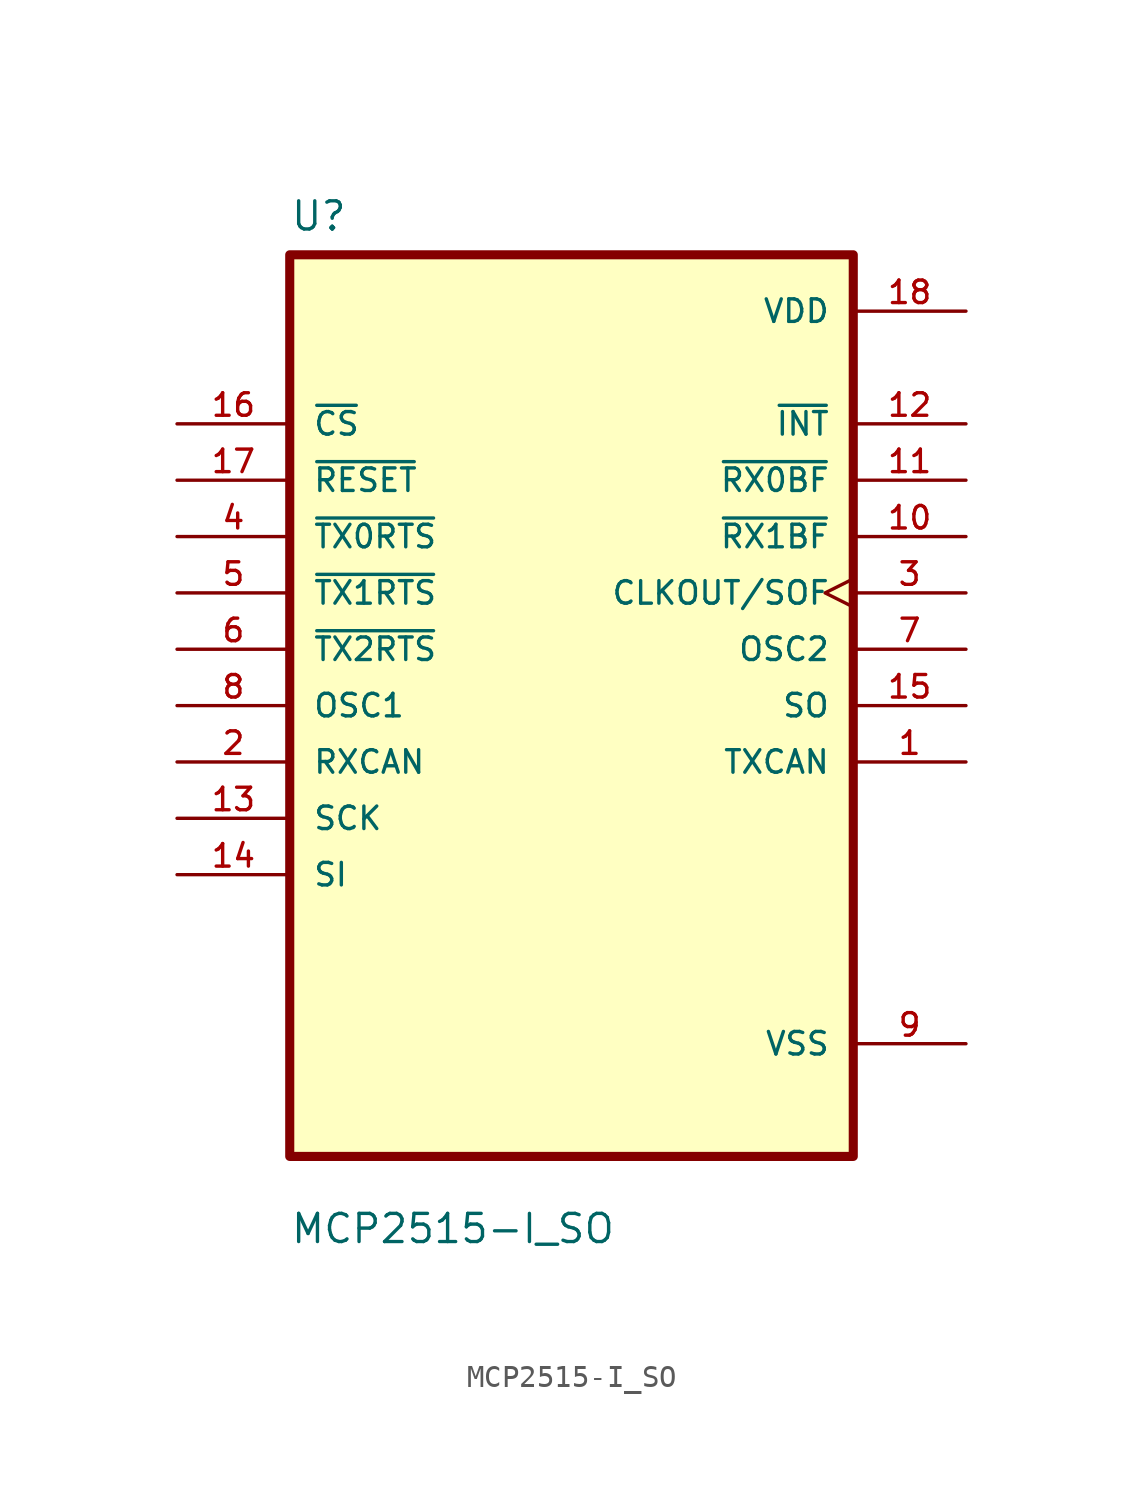
<source format=kicad_sym>
(kicad_symbol_lib
  (version 20211014)
  (generator kicad_symbol_editor)
  (symbol "MCP2515-I_SO"
    (pin_names
      (offset 1.016))
    (property "Reference" "U"
      (at -12.7 21.32 0.0)
      (effects (font (size 1.27 1.27)) (justify bottom left)))
    (property "Value" "MCP2515-I_SO"
      (at -12.7 -24.32 0.0)
      (effects (font (size 1.27 1.27)) (justify bottom left)))
    (symbol "MCP2515-I_SO_0_0"
      (rectangle (start -12.7 -20.32) (end 12.7 20.32) (stroke (width 0.41)) (fill (type background)))
      (pin input line (at -17.78 12.7 0) (length 5.08) (name "~{CS}" (effects (font (size 1.016 1.016)))) (number "16" (effects (font (size 1.016 1.016)))))
      (pin input line (at -17.78 10.16 0) (length 5.08) (name "~{RESET}" (effects (font (size 1.016 1.016)))) (number "17" (effects (font (size 1.016 1.016)))))
      (pin input line (at -17.78 7.62 0) (length 5.08) (name "~{TX0RTS}" (effects (font (size 1.016 1.016)))) (number "4" (effects (font (size 1.016 1.016)))))
      (pin input line (at -17.78 5.08 0) (length 5.08) (name "~{TX1RTS}" (effects (font (size 1.016 1.016)))) (number "5" (effects (font (size 1.016 1.016)))))
      (pin input line (at -17.78 2.54 0) (length 5.08) (name "~{TX2RTS}" (effects (font (size 1.016 1.016)))) (number "6" (effects (font (size 1.016 1.016)))))
      (pin input line (at -17.78 0.0 0) (length 5.08) (name "OSC1" (effects (font (size 1.016 1.016)))) (number "8" (effects (font (size 1.016 1.016)))))
      (pin input line (at -17.78 -2.54 0) (length 5.08) (name "RXCAN" (effects (font (size 1.016 1.016)))) (number "2" (effects (font (size 1.016 1.016)))))
      (pin input line (at -17.78 -5.08 0) (length 5.08) (name "SCK" (effects (font (size 1.016 1.016)))) (number "13" (effects (font (size 1.016 1.016)))))
      (pin input line (at -17.78 -7.62 0) (length 5.08) (name "SI" (effects (font (size 1.016 1.016)))) (number "14" (effects (font (size 1.016 1.016)))))
      (pin power_in line (at 17.78 17.78 180.0) (length 5.08) (name "VDD" (effects (font (size 1.016 1.016)))) (number "18" (effects (font (size 1.016 1.016)))))
      (pin output line (at 17.78 12.7 180.0) (length 5.08) (name "~{INT}" (effects (font (size 1.016 1.016)))) (number "12" (effects (font (size 1.016 1.016)))))
      (pin output line (at 17.78 10.16 180.0) (length 5.08) (name "~{RX0BF}" (effects (font (size 1.016 1.016)))) (number "11" (effects (font (size 1.016 1.016)))))
      (pin output line (at 17.78 7.62 180.0) (length 5.08) (name "~{RX1BF}" (effects (font (size 1.016 1.016)))) (number "10" (effects (font (size 1.016 1.016)))))
      (pin output clock (at 17.78 5.08 180.0) (length 5.08) (name "CLKOUT/SOF" (effects (font (size 1.016 1.016)))) (number "3" (effects (font (size 1.016 1.016)))))
      (pin output line (at 17.78 2.54 180.0) (length 5.08) (name "OSC2" (effects (font (size 1.016 1.016)))) (number "7" (effects (font (size 1.016 1.016)))))
      (pin output line (at 17.78 0.0 180.0) (length 5.08) (name "SO" (effects (font (size 1.016 1.016)))) (number "15" (effects (font (size 1.016 1.016)))))
      (pin output line (at 17.78 -2.54 180.0) (length 5.08) (name "TXCAN" (effects (font (size 1.016 1.016)))) (number "1" (effects (font (size 1.016 1.016)))))
      (pin power_in line (at 17.78 -15.24 180.0) (length 5.08) (name "VSS" (effects (font (size 1.016 1.016)))) (number "9" (effects (font (size 1.016 1.016))))))))
</source>
